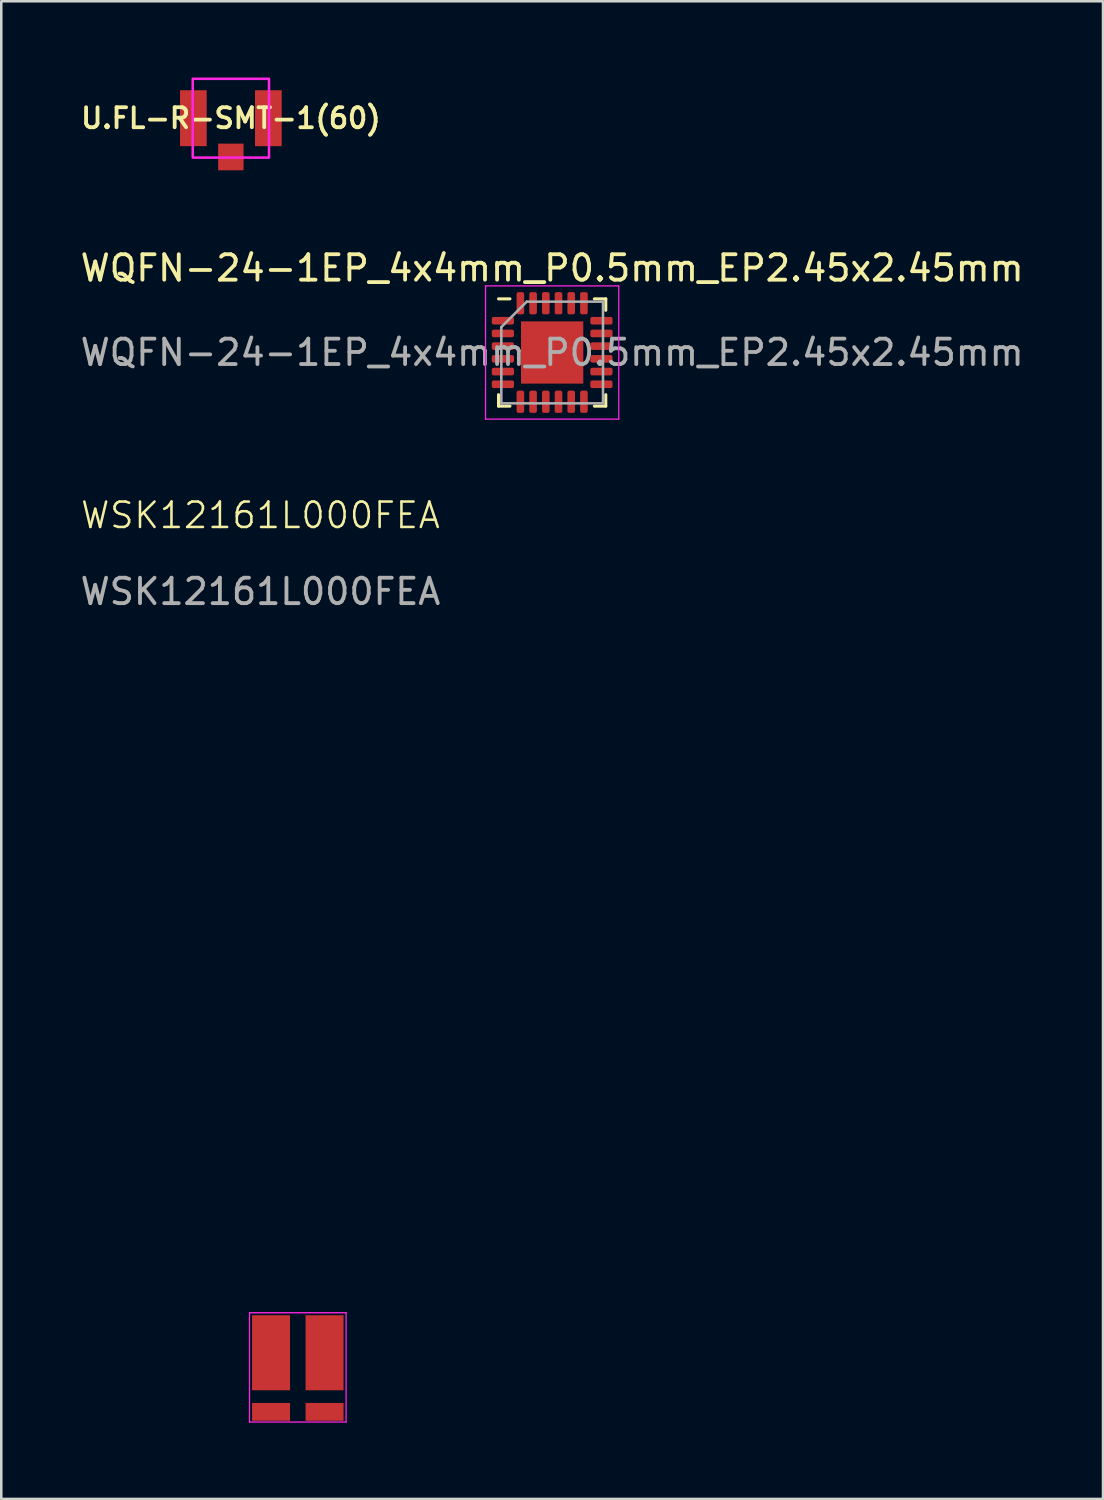
<source format=kicad_pcb>
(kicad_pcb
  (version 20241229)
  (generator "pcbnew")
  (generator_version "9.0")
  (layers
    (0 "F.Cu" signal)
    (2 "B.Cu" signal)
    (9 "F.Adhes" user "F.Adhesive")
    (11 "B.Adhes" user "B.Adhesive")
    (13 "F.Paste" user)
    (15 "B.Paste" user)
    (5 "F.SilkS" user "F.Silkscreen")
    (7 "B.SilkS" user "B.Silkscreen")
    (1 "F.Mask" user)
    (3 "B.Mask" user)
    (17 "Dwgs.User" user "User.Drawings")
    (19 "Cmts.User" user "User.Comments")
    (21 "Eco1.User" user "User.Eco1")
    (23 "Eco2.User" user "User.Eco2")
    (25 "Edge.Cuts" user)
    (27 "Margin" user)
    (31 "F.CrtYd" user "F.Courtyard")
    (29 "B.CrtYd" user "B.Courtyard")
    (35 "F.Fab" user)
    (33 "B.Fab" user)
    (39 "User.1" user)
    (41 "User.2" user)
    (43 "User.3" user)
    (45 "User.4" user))
  (footprint "WQFN-24-1EP_4x4mm_P0.5mm_EP2.45x2.45mm"
    (layer "F.Cu")
    (at 18.673 10.818)
    (property "Reference" "WQFN-24-1EP_4x4mm_P0.5mm_EP2.45x2.45mm" (at 0 -3.32 0) (layer "F.SilkS") (effects (font (size 1 1) (thickness 0.15))))
    (attr smd)
    (fp_line (start -2.11 2.11) (end -2.11 1.66) (stroke (width 0.12) (type solid)) (layer "F.SilkS"))
    (fp_line (start -1.66 -2.11) (end -2.11 -2.11) (stroke (width 0.12) (type solid)) (layer "F.SilkS"))
    (fp_line (start -1.66 2.11) (end -2.11 2.11) (stroke (width 0.12) (type solid)) (layer "F.SilkS"))
    (fp_line (start 1.66 -2.11) (end 2.11 -2.11) (stroke (width 0.12) (type solid)) (layer "F.SilkS"))
    (fp_line (start 1.66 2.11) (end 2.11 2.11) (stroke (width 0.12) (type solid)) (layer "F.SilkS"))
    (fp_line (start 2.11 -2.11) (end 2.11 -1.66) (stroke (width 0.12) (type solid)) (layer "F.SilkS"))
    (fp_line (start 2.11 2.11) (end 2.11 1.66) (stroke (width 0.12) (type solid)) (layer "F.SilkS"))
    (fp_line (start -2.62 -2.62) (end -2.62 2.62) (stroke (width 0.05) (type solid)) (layer "F.CrtYd"))
    (fp_line (start -2.62 2.62) (end 2.62 2.62) (stroke (width 0.05) (type solid)) (layer "F.CrtYd"))
    (fp_line (start 2.62 -2.62) (end -2.62 -2.62) (stroke (width 0.05) (type solid)) (layer "F.CrtYd"))
    (fp_line (start 2.62 2.62) (end 2.62 -2.62) (stroke (width 0.05) (type solid)) (layer "F.CrtYd"))
    (fp_line (start -2 -1) (end -1 -2) (stroke (width 0.1) (type solid)) (layer "F.Fab"))
    (fp_line (start -2 2) (end -2 -1) (stroke (width 0.1) (type solid)) (layer "F.Fab"))
    (fp_line (start -1 -2) (end 2 -2) (stroke (width 0.1) (type solid)) (layer "F.Fab"))
    (fp_line (start 2 -2) (end 2 2) (stroke (width 0.1) (type solid)) (layer "F.Fab"))
    (fp_line (start 2 2) (end -2 2) (stroke (width 0.1) (type solid)) (layer "F.Fab"))
    (fp_text user "${REFERENCE}" (at 0 0 0) (layer "F.Fab") (effects (font (size 1 1) (thickness 0.15))))
    (pad "" smd roundrect (at -0.61 -0.61) (size 0.99 0.99) (layers "F.Paste") (roundrect_rratio 0.25))
    (pad "" smd roundrect (at -0.61 0.61) (size 0.99 0.99) (layers "F.Paste") (roundrect_rratio 0.25))
    (pad "" smd roundrect (at 0.61 -0.61) (size 0.99 0.99) (layers "F.Paste") (roundrect_rratio 0.25))
    (pad "" smd roundrect (at 0.61 0.61) (size 0.99 0.99) (layers "F.Paste") (roundrect_rratio 0.25))
    (pad "1" smd roundrect (at -1.938 -1.25) (size 0.875 0.3) (layers "F.Cu" "F.Mask" "F.Paste") (roundrect_rratio 0.25))
    (pad "2" smd roundrect (at -1.938 -0.75) (size 0.875 0.3) (layers "F.Cu" "F.Mask" "F.Paste") (roundrect_rratio 0.25))
    (pad "3" smd roundrect (at -1.938 -0.25) (size 0.875 0.3) (layers "F.Cu" "F.Mask" "F.Paste") (roundrect_rratio 0.25))
    (pad "4" smd roundrect (at -1.938 0.25) (size 0.875 0.3) (layers "F.Cu" "F.Mask" "F.Paste") (roundrect_rratio 0.25))
    (pad "5" smd roundrect (at -1.938 0.75) (size 0.875 0.3) (layers "F.Cu" "F.Mask" "F.Paste") (roundrect_rratio 0.25))
    (pad "6" smd roundrect (at -1.938 1.25) (size 0.875 0.3) (layers "F.Cu" "F.Mask" "F.Paste") (roundrect_rratio 0.25))
    (pad "7" smd roundrect (at -1.25 1.938) (size 0.3 0.875) (layers "F.Cu" "F.Mask" "F.Paste") (roundrect_rratio 0.25))
    (pad "8" smd roundrect (at -0.75 1.938) (size 0.3 0.875) (layers "F.Cu" "F.Mask" "F.Paste") (roundrect_rratio 0.25))
    (pad "9" smd roundrect (at -0.25 1.938) (size 0.3 0.875) (layers "F.Cu" "F.Mask" "F.Paste") (roundrect_rratio 0.25))
    (pad "10" smd roundrect (at 0.25 1.938) (size 0.3 0.875) (layers "F.Cu" "F.Mask" "F.Paste") (roundrect_rratio 0.25))
    (pad "11" smd roundrect (at 0.75 1.938) (size 0.3 0.875) (layers "F.Cu" "F.Mask" "F.Paste") (roundrect_rratio 0.25))
    (pad "12" smd roundrect (at 1.25 1.938) (size 0.3 0.875) (layers "F.Cu" "F.Mask" "F.Paste") (roundrect_rratio 0.25))
    (pad "13" smd roundrect (at 1.938 1.25) (size 0.875 0.3) (layers "F.Cu" "F.Mask" "F.Paste") (roundrect_rratio 0.25))
    (pad "14" smd roundrect (at 1.938 0.75) (size 0.875 0.3) (layers "F.Cu" "F.Mask" "F.Paste") (roundrect_rratio 0.25))
    (pad "15" smd roundrect (at 1.938 0.25) (size 0.875 0.3) (layers "F.Cu" "F.Mask" "F.Paste") (roundrect_rratio 0.25))
    (pad "16" smd roundrect (at 1.938 -0.25) (size 0.875 0.3) (layers "F.Cu" "F.Mask" "F.Paste") (roundrect_rratio 0.25))
    (pad "17" smd roundrect (at 1.938 -0.75) (size 0.875 0.3) (layers "F.Cu" "F.Mask" "F.Paste") (roundrect_rratio 0.25))
    (pad "18" smd roundrect (at 1.938 -1.25) (size 0.875 0.3) (layers "F.Cu" "F.Mask" "F.Paste") (roundrect_rratio 0.25))
    (pad "19" smd roundrect (at 1.25 -1.938) (size 0.3 0.875) (layers "F.Cu" "F.Mask" "F.Paste") (roundrect_rratio 0.25))
    (pad "20" smd roundrect (at 0.75 -1.938) (size 0.3 0.875) (layers "F.Cu" "F.Mask" "F.Paste") (roundrect_rratio 0.25))
    (pad "21" smd roundrect (at 0.25 -1.938) (size 0.3 0.875) (layers "F.Cu" "F.Mask" "F.Paste") (roundrect_rratio 0.25))
    (pad "22" smd roundrect (at -0.25 -1.938) (size 0.3 0.875) (layers "F.Cu" "F.Mask" "F.Paste") (roundrect_rratio 0.25))
    (pad "23" smd roundrect (at -0.75 -1.938) (size 0.3 0.875) (layers "F.Cu" "F.Mask" "F.Paste") (roundrect_rratio 0.25))
    (pad "24" smd roundrect (at -1.25 -1.938) (size 0.3 0.875) (layers "F.Cu" "F.Mask" "F.Paste") (roundrect_rratio 0.25))
    (pad "25" smd rect (at 0 0) (size 2.45 2.45) (layers "F.Cu" "F.Mask")))
  (footprint "U.FL-R-SMT-1(60)"
    (layer "F.Cu")
    (at 6.033 1.6)
    (property "Reference" "U.FL-R-SMT-1(60)" (at 0 0 0) (layer "F.SilkS") (effects (font (size 0.787 0.787) (thickness 0.15))))
    (attr smd)
    (fp_poly (pts (xy -1.5 -1.55) (xy 1.5 -1.55) (xy 1.5 1.55) (xy -1.5 1.55)) (stroke (width 0.1) (type solid)) (fill no) (layer "F.CrtYd"))
    (pad "1" smd rect (at 0 1.525) (size 1 1.05) (layers "F.Cu" "F.Mask" "F.Paste"))
    (pad "2" smd rect (at -1.475 0 90) (size 2.2 1.05) (layers "F.Cu" "F.Mask" "F.Paste"))
    (pad "2" smd rect (at 1.475 0 90) (size 2.2 1.05) (layers "F.Cu" "F.Mask" "F.Paste"))
    (zone (net_name "") (layer "F.Cu") (hatch full 0.508) (connect_pads) (min_thickness 0.01) (filled_areas_thickness no) (keepout (tracks not_allowed) (vias not_allowed) (pads not_allowed) (copperpour not_allowed) (footprints allowed)) (placement (enabled no)) (fill) (polygon (pts (xy 5.133 0.3) (xy 6.933 0.3) (xy 6.933 2.5) (xy 5.133 2.5))))
    (zone (net_name "") (layers "F.Cu" "B.Cu") (hatch full 0.508) (connect_pads) (min_thickness 0.01) (filled_areas_thickness no) (keepout (tracks allowed) (vias not_allowed) (pads allowed) (copperpour allowed) (footprints allowed)) (placement (enabled no)) (fill) (polygon (pts (xy 5.133 0.3) (xy 6.933 0.3) (xy 6.933 2.5) (xy 5.133 2.5))))
    (zone (net_name "") (layer "B.Cu") (hatch full 0.508) (connect_pads) (min_thickness 0.01) (filled_areas_thickness no) (keepout (tracks not_allowed) (vias not_allowed) (pads not_allowed) (copperpour not_allowed) (footprints allowed)) (placement (enabled no)) (fill) (polygon (pts (xy 5.133 0.3) (xy 6.933 0.3) (xy 6.933 2.5) (xy 5.133 2.5)))))
  (footprint "WSK12161L000FEA"
    (layer "F.Cu")
    (at 6.866 48.696)
    (property "Reference" "WSK12161L000FEA" (at 0.33 -31.472 0) (unlocked yes) (layer "F.SilkS") (effects (font (size 1 1) (thickness 0.1))))
    (attr smd)
    (fp_line (start -0.1 -0.1) (end 3.7 -0.1) (stroke (width 0.05) (type default)) (layer "F.CrtYd"))
    (fp_line (start -0.1 4.2) (end -0.1 -0.1) (stroke (width 0.05) (type default)) (layer "F.CrtYd"))
    (fp_line (start 3.7 -0.1) (end 3.7 4.2) (stroke (width 0.05) (type default)) (layer "F.CrtYd"))
    (fp_line (start 3.7 4.2) (end -0.1 4.2) (stroke (width 0.05) (type default)) (layer "F.CrtYd"))
    (fp_text user "${REFERENCE}" (at 0.33 -28.472 0) (unlocked yes) (layer "F.Fab") (effects (font (size 1 1) (thickness 0.15))))
    (pad "1" smd rect (at 0.748 1.475) (size 1.495 2.95) (layers "F.Cu" "F.Mask" "F.Paste"))
    (pad "1" smd rect (at 0.748 3.8) (size 1.495 0.7) (layers "F.Cu" "F.Mask" "F.Paste"))
    (pad "2" smd rect (at 2.853 1.475) (size 1.495 2.95) (layers "F.Cu" "F.Mask" "F.Paste"))
    (pad "2" smd rect (at 2.853 3.8) (size 1.495 0.7) (layers "F.Cu" "F.Mask" "F.Paste")))
  (gr_rect
    (start -3 -3)
    (end 40.345 55.921)
    (stroke (width 0.1) (type default))
    (fill no)
    (layer "Edge.Cuts")))
</source>
